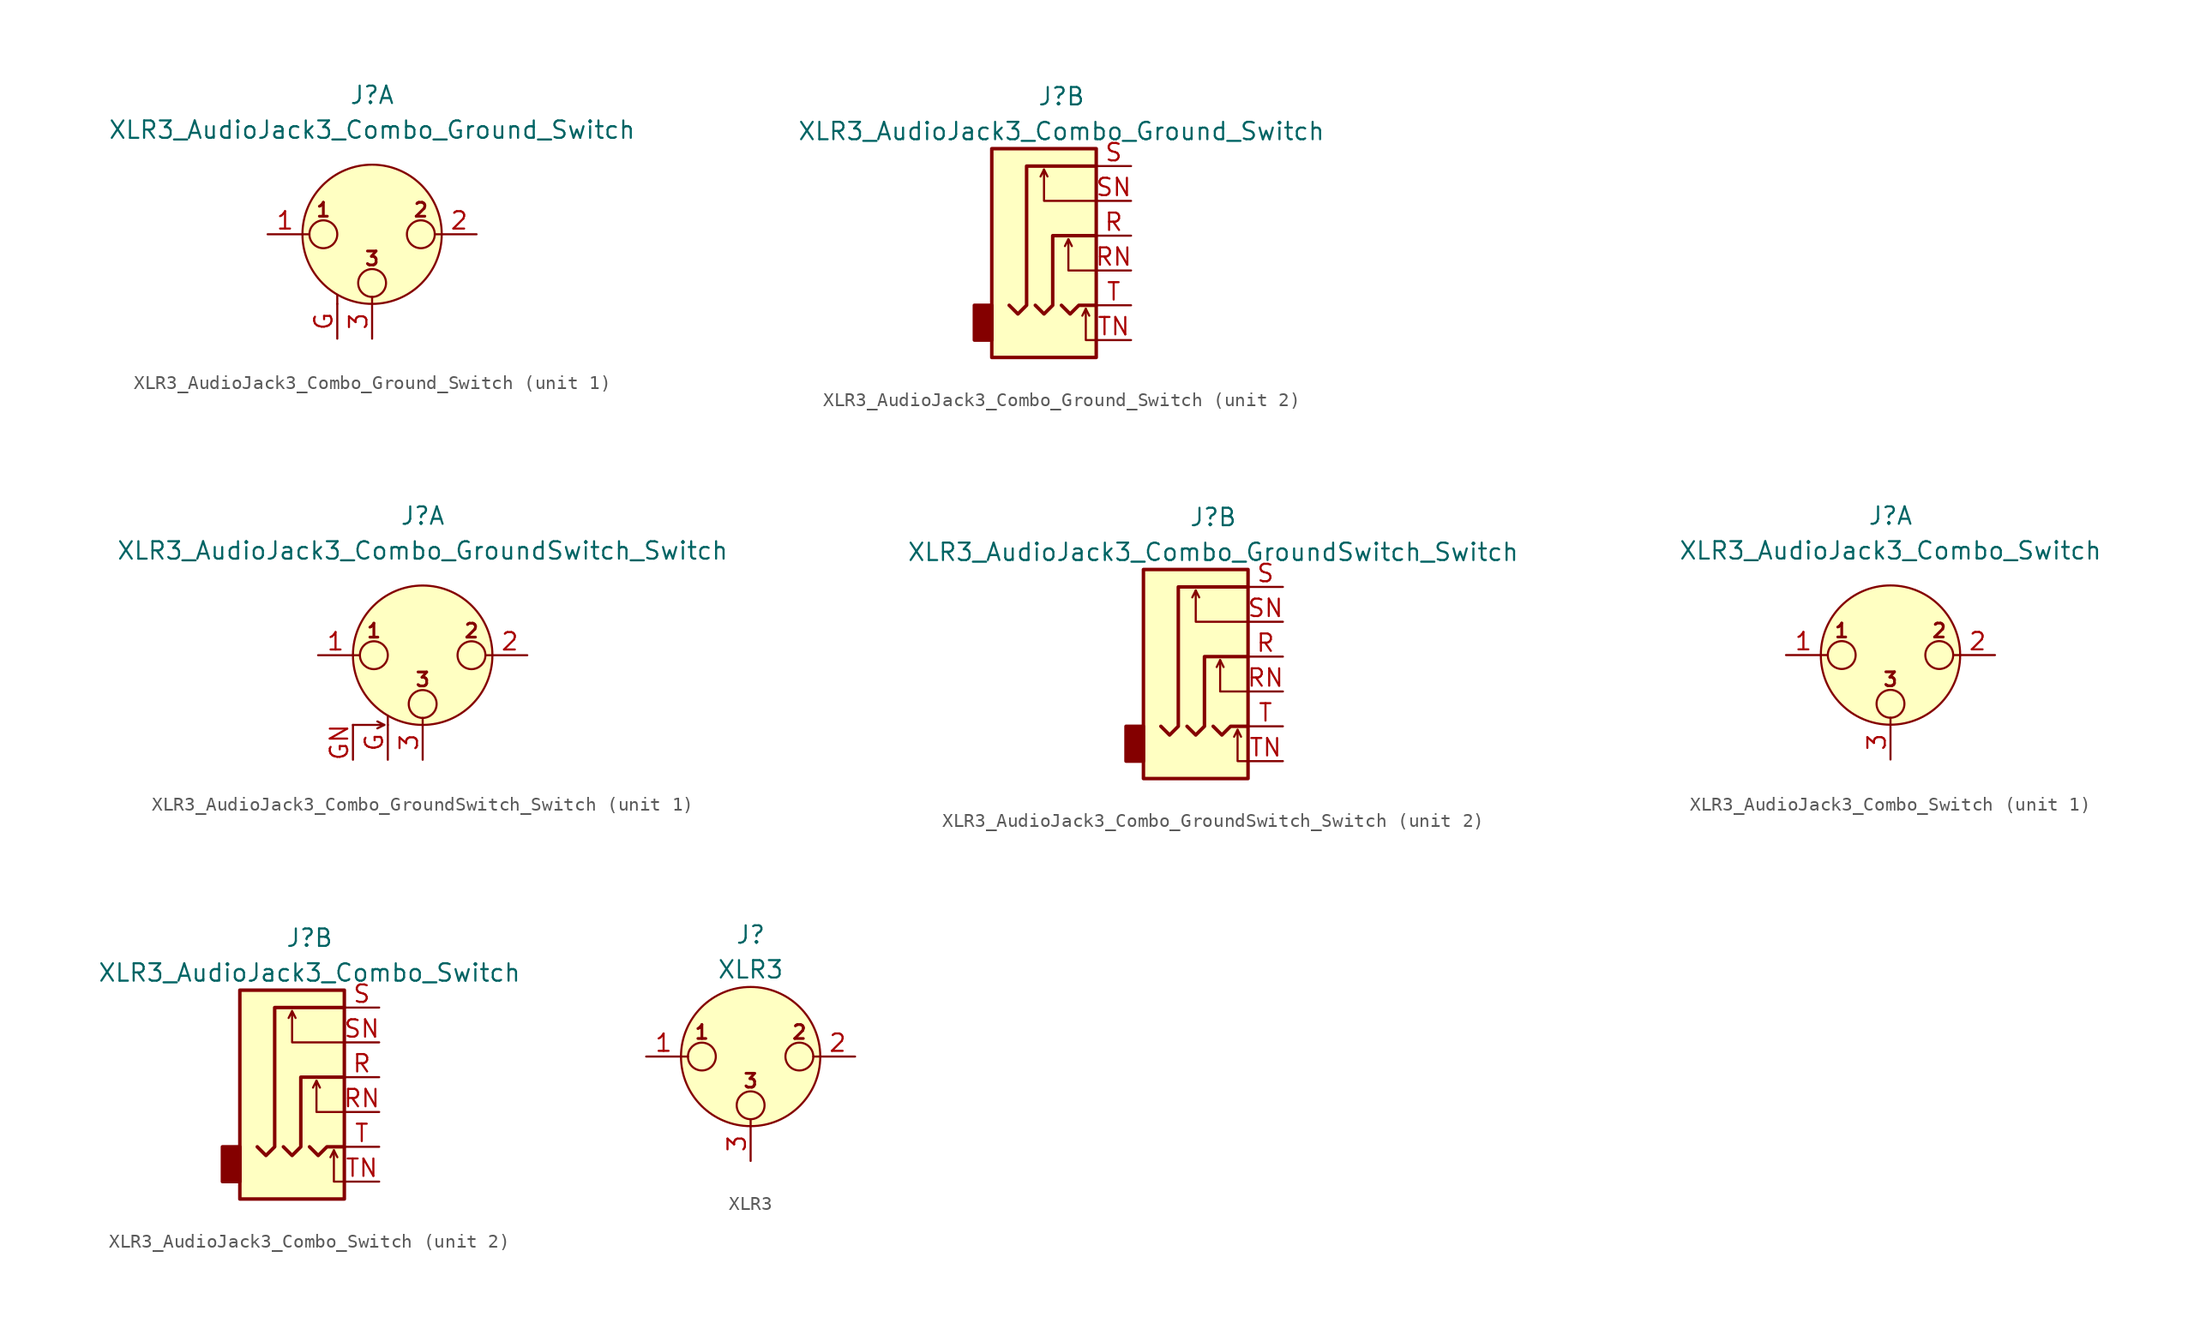
<source format=kicad_sym>
(kicad_symbol_lib
  (version 20220914)
  (generator kicad_symbol_editor)
  (symbol "XLR3_AudioJack3_Combo_Ground_Switch"
    (pin_names hide)
    (property "Reference" "J"
      (at 0 10.16 0)
      (effects (font (size 1.27 1.27))))
    (property "Value" "XLR3_AudioJack3_Combo_Ground_Switch"
      (at 0 7.62 0)
      (effects (font (size 1.27 1.27))))
    (symbol "XLR3_AudioJack3_Combo_Ground_Switch_1_1"
      (circle (center -3.556 0) (radius 1.016) (stroke (width 0) (type solid)) (fill (type none)))
      (circle (center 0 -3.556) (radius 1.016) (stroke (width 0) (type solid)) (fill (type none)))
      (polyline (pts (xy -5.08 0) (xy -4.572 0)) (stroke (width 0) (type solid)) (fill (type none)))
      (polyline (pts (xy -2.54 -5.08) (xy -2.54 -4.445)) (stroke (width 0) (type solid)) (fill (type none)))
      (polyline (pts (xy 0 -5.08) (xy 0 -4.572)) (stroke (width 0) (type solid)) (fill (type none)))
      (polyline (pts (xy 5.08 0) (xy 4.572 0)) (stroke (width 0) (type solid)) (fill (type none)))
      (circle (center 0 0) (radius 5.08) (stroke (width 0) (type solid)) (fill (type background)))
      (circle (center 3.556 0) (radius 1.016) (stroke (width 0) (type solid)) (fill (type none)))
      (text "1" (at -3.556 1.778 0) (effects (font (size 1.016 1.016) bold)))
      (text "2" (at 3.556 1.778 0) (effects (font (size 1.016 1.016) bold)))
      (text "3" (at 0 -1.778 0) (effects (font (size 1.016 1.016) bold)))
      (pin passive line (at -7.62 0 0) (length 2.54) (name "~" (effects (font (size 1.27 1.27)))) (number "1" (effects (font (size 1.27 1.27)))))
      (pin passive line (at 7.62 0 180) (length 2.54) (name "~" (effects (font (size 1.27 1.27)))) (number "2" (effects (font (size 1.27 1.27)))))
      (pin passive line (at 0 -7.62 90) (length 2.54) (name "~" (effects (font (size 1.27 1.27)))) (number "3" (effects (font (size 1.27 1.27)))))
      (pin passive line (at -2.54 -7.62 90) (length 2.54) (name "~" (effects (font (size 1.27 1.27)))) (number "G" (effects (font (size 1.27 1.27))))))
    (symbol "XLR3_AudioJack3_Combo_Ground_Switch_2_1"
      (rectangle (start -5.08 -5.08) (end -6.35 -7.62) (stroke (width 0.254) (type solid)) (fill (type outline)))
      (polyline (pts (xy -1.27 4.826) (xy -1.016 4.318)) (stroke (width 0) (type solid)) (fill (type none)))
      (polyline (pts (xy 0.508 -0.254) (xy 0.762 -0.762)) (stroke (width 0) (type solid)) (fill (type none)))
      (polyline (pts (xy 1.778 -5.334) (xy 2.032 -5.842)) (stroke (width 0) (type solid)) (fill (type none)))
      (polyline (pts (xy 0 -5.08) (xy 0.635 -5.715) (xy 1.27 -5.08) (xy 2.54 -5.08)) (stroke (width 0.254) (type solid)) (fill (type none)))
      (polyline (pts (xy 2.54 -7.62) (xy 1.778 -7.62) (xy 1.778 -5.334) (xy 1.524 -5.842)) (stroke (width 0) (type solid)) (fill (type none)))
      (polyline (pts (xy 2.54 -2.54) (xy 0.508 -2.54) (xy 0.508 -0.254) (xy 0.254 -0.762)) (stroke (width 0) (type solid)) (fill (type none)))
      (polyline (pts (xy 2.54 2.54) (xy -1.27 2.54) (xy -1.27 4.826) (xy -1.524 4.318)) (stroke (width 0) (type solid)) (fill (type none)))
      (polyline (pts (xy -1.905 -5.08) (xy -1.27 -5.715) (xy -0.635 -5.08) (xy -0.635 0) (xy 2.54 0)) (stroke (width 0.254) (type solid)) (fill (type none)))
      (polyline (pts (xy 2.54 5.08) (xy -2.54 5.08) (xy -2.54 -5.08) (xy -3.175 -5.715) (xy -3.81 -5.08)) (stroke (width 0.254) (type solid)) (fill (type none)))
      (rectangle (start 2.54 6.35) (end -5.08 -8.89) (stroke (width 0.254) (type solid)) (fill (type background)))
      (pin passive line (at 5.08 0 180) (length 2.54) (name "~" (effects (font (size 1.27 1.27)))) (number "R" (effects (font (size 1.27 1.27)))))
      (pin passive line (at 5.08 -2.54 180) (length 2.54) (name "~" (effects (font (size 1.27 1.27)))) (number "RN" (effects (font (size 1.27 1.27)))))
      (pin passive line (at 5.08 5.08 180) (length 2.54) (name "~" (effects (font (size 1.27 1.27)))) (number "S" (effects (font (size 1.27 1.27)))))
      (pin passive line (at 5.08 2.54 180) (length 2.54) (name "~" (effects (font (size 1.27 1.27)))) (number "SN" (effects (font (size 1.27 1.27)))))
      (pin passive line (at 5.08 -5.08 180) (length 2.54) (name "~" (effects (font (size 1.27 1.27)))) (number "T" (effects (font (size 1.27 1.27)))))
      (pin passive line (at 5.08 -7.62 180) (length 2.54) (name "~" (effects (font (size 1.27 1.27)))) (number "TN" (effects (font (size 1.27 1.27)))))))
  (symbol "XLR3_AudioJack3_Combo_GroundSwitch_Switch"
    (pin_names hide)
    (property "Reference" "J"
      (at 0 10.16 0)
      (effects (font (size 1.27 1.27))))
    (property "Value" "XLR3_AudioJack3_Combo_GroundSwitch_Switch"
      (at 0 7.62 0)
      (effects (font (size 1.27 1.27))))
    (symbol "XLR3_AudioJack3_Combo_GroundSwitch_Switch_1_1"
      (circle (center -3.556 0) (radius 1.016) (stroke (width 0) (type solid)) (fill (type none)))
      (circle (center 0 -3.556) (radius 1.016) (stroke (width 0) (type solid)) (fill (type none)))
      (polyline (pts (xy -5.08 0) (xy -4.572 0)) (stroke (width 0) (type solid)) (fill (type none)))
      (polyline (pts (xy -2.794 -5.08) (xy -3.302 -5.334)) (stroke (width 0) (type solid)) (fill (type none)))
      (polyline (pts (xy -2.54 -5.08) (xy -2.54 -4.445)) (stroke (width 0) (type solid)) (fill (type none)))
      (polyline (pts (xy 0 -5.08) (xy 0 -4.572)) (stroke (width 0) (type solid)) (fill (type none)))
      (polyline (pts (xy 5.08 0) (xy 4.572 0)) (stroke (width 0) (type solid)) (fill (type none)))
      (polyline (pts (xy -5.08 -5.08) (xy -2.794 -5.08) (xy -3.302 -4.826)) (stroke (width 0) (type solid)) (fill (type none)))
      (circle (center 0 0) (radius 5.08) (stroke (width 0) (type solid)) (fill (type background)))
      (circle (center 3.556 0) (radius 1.016) (stroke (width 0) (type solid)) (fill (type none)))
      (text "1" (at -3.556 1.778 0) (effects (font (size 1.016 1.016) bold)))
      (text "2" (at 3.556 1.778 0) (effects (font (size 1.016 1.016) bold)))
      (text "3" (at 0 -1.778 0) (effects (font (size 1.016 1.016) bold)))
      (pin passive line (at -7.62 0 0) (length 2.54) (name "~" (effects (font (size 1.27 1.27)))) (number "1" (effects (font (size 1.27 1.27)))))
      (pin passive line (at 7.62 0 180) (length 2.54) (name "~" (effects (font (size 1.27 1.27)))) (number "2" (effects (font (size 1.27 1.27)))))
      (pin passive line (at 0 -7.62 90) (length 2.54) (name "~" (effects (font (size 1.27 1.27)))) (number "3" (effects (font (size 1.27 1.27)))))
      (pin passive line (at -2.54 -7.62 90) (length 2.54) (name "~" (effects (font (size 1.27 1.27)))) (number "G" (effects (font (size 1.27 1.27)))))
      (pin passive line (at -5.08 -7.62 90) (length 2.54) (name "~" (effects (font (size 1.27 1.27)))) (number "GN" (effects (font (size 1.27 1.27))))))
    (symbol "XLR3_AudioJack3_Combo_GroundSwitch_Switch_2_1"
      (rectangle (start -5.08 -5.08) (end -6.35 -7.62) (stroke (width 0.254) (type solid)) (fill (type outline)))
      (polyline (pts (xy -1.27 4.826) (xy -1.016 4.318)) (stroke (width 0) (type solid)) (fill (type none)))
      (polyline (pts (xy 0.508 -0.254) (xy 0.762 -0.762)) (stroke (width 0) (type solid)) (fill (type none)))
      (polyline (pts (xy 1.778 -5.334) (xy 2.032 -5.842)) (stroke (width 0) (type solid)) (fill (type none)))
      (polyline (pts (xy 0 -5.08) (xy 0.635 -5.715) (xy 1.27 -5.08) (xy 2.54 -5.08)) (stroke (width 0.254) (type solid)) (fill (type none)))
      (polyline (pts (xy 2.54 -7.62) (xy 1.778 -7.62) (xy 1.778 -5.334) (xy 1.524 -5.842)) (stroke (width 0) (type solid)) (fill (type none)))
      (polyline (pts (xy 2.54 -2.54) (xy 0.508 -2.54) (xy 0.508 -0.254) (xy 0.254 -0.762)) (stroke (width 0) (type solid)) (fill (type none)))
      (polyline (pts (xy 2.54 2.54) (xy -1.27 2.54) (xy -1.27 4.826) (xy -1.524 4.318)) (stroke (width 0) (type solid)) (fill (type none)))
      (polyline (pts (xy -1.905 -5.08) (xy -1.27 -5.715) (xy -0.635 -5.08) (xy -0.635 0) (xy 2.54 0)) (stroke (width 0.254) (type solid)) (fill (type none)))
      (polyline (pts (xy 2.54 5.08) (xy -2.54 5.08) (xy -2.54 -5.08) (xy -3.175 -5.715) (xy -3.81 -5.08)) (stroke (width 0.254) (type solid)) (fill (type none)))
      (rectangle (start 2.54 6.35) (end -5.08 -8.89) (stroke (width 0.254) (type solid)) (fill (type background)))
      (pin passive line (at 5.08 0 180) (length 2.54) (name "~" (effects (font (size 1.27 1.27)))) (number "R" (effects (font (size 1.27 1.27)))))
      (pin passive line (at 5.08 -2.54 180) (length 2.54) (name "~" (effects (font (size 1.27 1.27)))) (number "RN" (effects (font (size 1.27 1.27)))))
      (pin passive line (at 5.08 5.08 180) (length 2.54) (name "~" (effects (font (size 1.27 1.27)))) (number "S" (effects (font (size 1.27 1.27)))))
      (pin passive line (at 5.08 2.54 180) (length 2.54) (name "~" (effects (font (size 1.27 1.27)))) (number "SN" (effects (font (size 1.27 1.27)))))
      (pin passive line (at 5.08 -5.08 180) (length 2.54) (name "~" (effects (font (size 1.27 1.27)))) (number "T" (effects (font (size 1.27 1.27)))))
      (pin passive line (at 5.08 -7.62 180) (length 2.54) (name "~" (effects (font (size 1.27 1.27)))) (number "TN" (effects (font (size 1.27 1.27)))))))
  (symbol "XLR3_AudioJack3_Combo_Switch"
    (pin_names hide)
    (property "Reference" "J"
      (at 0 10.16 0)
      (effects (font (size 1.27 1.27))))
    (property "Value" "XLR3_AudioJack3_Combo_Switch"
      (at 0 7.62 0)
      (effects (font (size 1.27 1.27))))
    (symbol "XLR3_AudioJack3_Combo_Switch_1_1"
      (circle (center -3.556 0) (radius 1.016) (stroke (width 0) (type solid)) (fill (type none)))
      (circle (center 0 -3.556) (radius 1.016) (stroke (width 0) (type solid)) (fill (type none)))
      (polyline (pts (xy -5.08 0) (xy -4.572 0)) (stroke (width 0) (type solid)) (fill (type none)))
      (polyline (pts (xy 0 -5.08) (xy 0 -4.572)) (stroke (width 0) (type solid)) (fill (type none)))
      (polyline (pts (xy 5.08 0) (xy 4.572 0)) (stroke (width 0) (type solid)) (fill (type none)))
      (circle (center 0 0) (radius 5.08) (stroke (width 0) (type solid)) (fill (type background)))
      (circle (center 3.556 0) (radius 1.016) (stroke (width 0) (type solid)) (fill (type none)))
      (text "1" (at -3.556 1.778 0) (effects (font (size 1.016 1.016) bold)))
      (text "2" (at 3.556 1.778 0) (effects (font (size 1.016 1.016) bold)))
      (text "3" (at 0 -1.778 0) (effects (font (size 1.016 1.016) bold)))
      (pin passive line (at -7.62 0 0) (length 2.54) (name "~" (effects (font (size 1.27 1.27)))) (number "1" (effects (font (size 1.27 1.27)))))
      (pin passive line (at 7.62 0 180) (length 2.54) (name "~" (effects (font (size 1.27 1.27)))) (number "2" (effects (font (size 1.27 1.27)))))
      (pin passive line (at 0 -7.62 90) (length 2.54) (name "~" (effects (font (size 1.27 1.27)))) (number "3" (effects (font (size 1.27 1.27))))))
    (symbol "XLR3_AudioJack3_Combo_Switch_2_1"
      (rectangle (start -5.08 -5.08) (end -6.35 -7.62) (stroke (width 0.254) (type solid)) (fill (type outline)))
      (polyline (pts (xy -1.27 4.826) (xy -1.016 4.318)) (stroke (width 0) (type solid)) (fill (type none)))
      (polyline (pts (xy 0.508 -0.254) (xy 0.762 -0.762)) (stroke (width 0) (type solid)) (fill (type none)))
      (polyline (pts (xy 1.778 -5.334) (xy 2.032 -5.842)) (stroke (width 0) (type solid)) (fill (type none)))
      (polyline (pts (xy 0 -5.08) (xy 0.635 -5.715) (xy 1.27 -5.08) (xy 2.54 -5.08)) (stroke (width 0.254) (type solid)) (fill (type none)))
      (polyline (pts (xy 2.54 -7.62) (xy 1.778 -7.62) (xy 1.778 -5.334) (xy 1.524 -5.842)) (stroke (width 0) (type solid)) (fill (type none)))
      (polyline (pts (xy 2.54 -2.54) (xy 0.508 -2.54) (xy 0.508 -0.254) (xy 0.254 -0.762)) (stroke (width 0) (type solid)) (fill (type none)))
      (polyline (pts (xy 2.54 2.54) (xy -1.27 2.54) (xy -1.27 4.826) (xy -1.524 4.318)) (stroke (width 0) (type solid)) (fill (type none)))
      (polyline (pts (xy -1.905 -5.08) (xy -1.27 -5.715) (xy -0.635 -5.08) (xy -0.635 0) (xy 2.54 0)) (stroke (width 0.254) (type solid)) (fill (type none)))
      (polyline (pts (xy 2.54 5.08) (xy -2.54 5.08) (xy -2.54 -5.08) (xy -3.175 -5.715) (xy -3.81 -5.08)) (stroke (width 0.254) (type solid)) (fill (type none)))
      (rectangle (start 2.54 6.35) (end -5.08 -8.89) (stroke (width 0.254) (type solid)) (fill (type background)))
      (pin passive line (at 5.08 0 180) (length 2.54) (name "~" (effects (font (size 1.27 1.27)))) (number "R" (effects (font (size 1.27 1.27)))))
      (pin passive line (at 5.08 -2.54 180) (length 2.54) (name "~" (effects (font (size 1.27 1.27)))) (number "RN" (effects (font (size 1.27 1.27)))))
      (pin passive line (at 5.08 5.08 180) (length 2.54) (name "~" (effects (font (size 1.27 1.27)))) (number "S" (effects (font (size 1.27 1.27)))))
      (pin passive line (at 5.08 2.54 180) (length 2.54) (name "~" (effects (font (size 1.27 1.27)))) (number "SN" (effects (font (size 1.27 1.27)))))
      (pin passive line (at 5.08 -5.08 180) (length 2.54) (name "~" (effects (font (size 1.27 1.27)))) (number "T" (effects (font (size 1.27 1.27)))))
      (pin passive line (at 5.08 -7.62 180) (length 2.54) (name "~" (effects (font (size 1.27 1.27)))) (number "TN" (effects (font (size 1.27 1.27)))))))
  (symbol "XLR3"
    (pin_names hide)
    (property "Reference" "J"
      (at 0 8.89 0)
      (effects (font (size 1.27 1.27))))
    (property "Value" "XLR3"
      (at 0 6.35 0)
      (effects (font (size 1.27 1.27))))
    (symbol "XLR3_0_1"
      (circle (center -3.556 0) (radius 1.016) (stroke (width 0) (type solid)) (fill (type none)))
      (circle (center 0 -3.556) (radius 1.016) (stroke (width 0) (type solid)) (fill (type none)))
      (polyline (pts (xy -5.08 0) (xy -4.572 0)) (stroke (width 0) (type solid)) (fill (type none)))
      (polyline (pts (xy 0 -5.08) (xy 0 -4.572)) (stroke (width 0) (type solid)) (fill (type none)))
      (polyline (pts (xy 5.08 0) (xy 4.572 0)) (stroke (width 0) (type solid)) (fill (type none)))
      (circle (center 0 0) (radius 5.08) (stroke (width 0) (type solid)) (fill (type background)))
      (circle (center 3.556 0) (radius 1.016) (stroke (width 0) (type solid)) (fill (type none)))
      (text "1" (at -3.556 1.778 0) (effects (font (size 1.016 1.016) bold)))
      (text "2" (at 3.556 1.778 0) (effects (font (size 1.016 1.016) bold)))
      (text "3" (at 0 -1.778 0) (effects (font (size 1.016 1.016) bold)))
      (pin passive line (at -7.62 0 0) (length 2.54) (name "~" (effects (font (size 1.27 1.27)))) (number "1" (effects (font (size 1.27 1.27)))))
      (pin passive line (at 7.62 0 180) (length 2.54) (name "~" (effects (font (size 1.27 1.27)))) (number "2" (effects (font (size 1.27 1.27)))))
      (pin passive line (at 0 -7.62 90) (length 2.54) (name "~" (effects (font (size 1.27 1.27)))) (number "3" (effects (font (size 1.27 1.27))))))))
</source>
